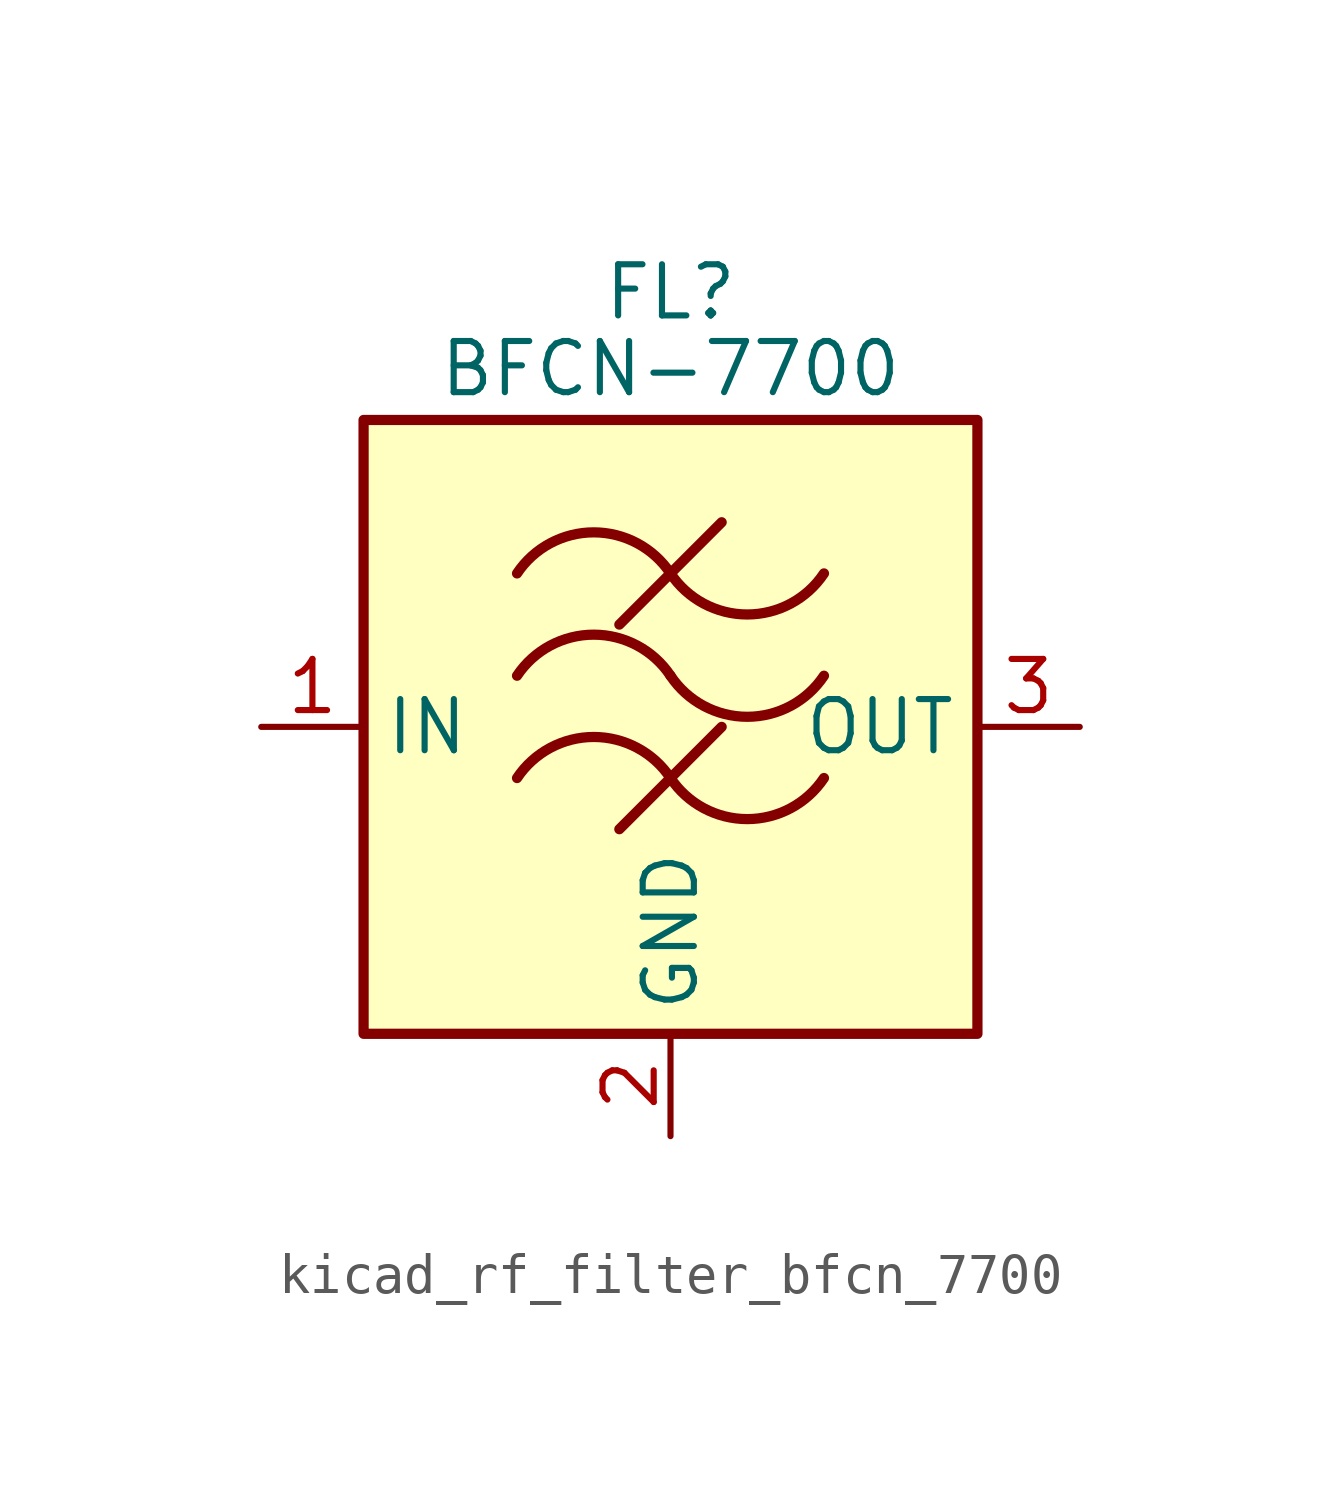
<source format=kicad_sym>
(kicad_symbol_lib
  (version 20220914)
  (generator kicad_symbol_editor)
  (symbol "kicad_rf_filter_bfcn_7700"
    (property "Reference" "FL"
      (at 0 10.795 0)
      (effects (font (size 1.27 1.27))))
    (property "Value" "BFCN-7700"
      (at 0 8.89 0)
      (effects (font (size 1.27 1.27))))
    (symbol "kicad_rf_filter_bfcn_7700_0_1"
      (rectangle (start -7.62 7.62) (end 7.62 -7.62) (stroke (width 0.254) (type default)) (fill (type background)))
      (arc (start 0 -1.27) (mid -1.905 -0.2505) (end -3.81 -1.27) (stroke (width 0.254) (type default)) (fill (type none)))
      (arc (start 0 -1.27) (mid 1.905 -2.2895) (end 3.81 -1.27) (stroke (width 0.254) (type default)) (fill (type none)))
      (polyline (pts (xy -1.27 -2.54) (xy 1.27 0)) (stroke (width 0.254) (type default)) (fill (type none)))
      (polyline (pts (xy -1.27 2.54) (xy 1.27 5.08)) (stroke (width 0.254) (type default)) (fill (type none)))
      (arc (start 0 1.27) (mid -1.905 2.2895) (end -3.81 1.27) (stroke (width 0.254) (type default)) (fill (type none)))
      (arc (start 0 1.27) (mid 1.905 0.2505) (end 3.81 1.27) (stroke (width 0.254) (type default)) (fill (type none)))
      (arc (start 0 3.81) (mid -1.905 4.8295) (end -3.81 3.81) (stroke (width 0.254) (type default)) (fill (type none)))
      (arc (start 0 3.81) (mid 1.905 2.7905) (end 3.81 3.81) (stroke (width 0.254) (type default)) (fill (type none))))
    (symbol "kicad_rf_filter_bfcn_7700_1_1"
      (pin passive line (at -10.16 0 0) (length 2.54) (name "IN" (effects (font (size 1.27 1.27)))) (number "1" (effects (font (size 1.27 1.27)))))
      (pin passive line (at 0 -10.16 90) (length 2.54) (name "GND" (effects (font (size 1.27 1.27)))) (number "2" (effects (font (size 1.27 1.27)))))
      (pin passive line (at 10.16 0 180) (length 2.54) (name "OUT" (effects (font (size 1.27 1.27)))) (number "3" (effects (font (size 1.27 1.27)))))
      (pin passive line (at 0 -10.16 90) (length 2.54) hide (name "GND" (effects (font (size 1.27 1.27)))) (number "4" (effects (font (size 1.27 1.27))))))))
</source>
